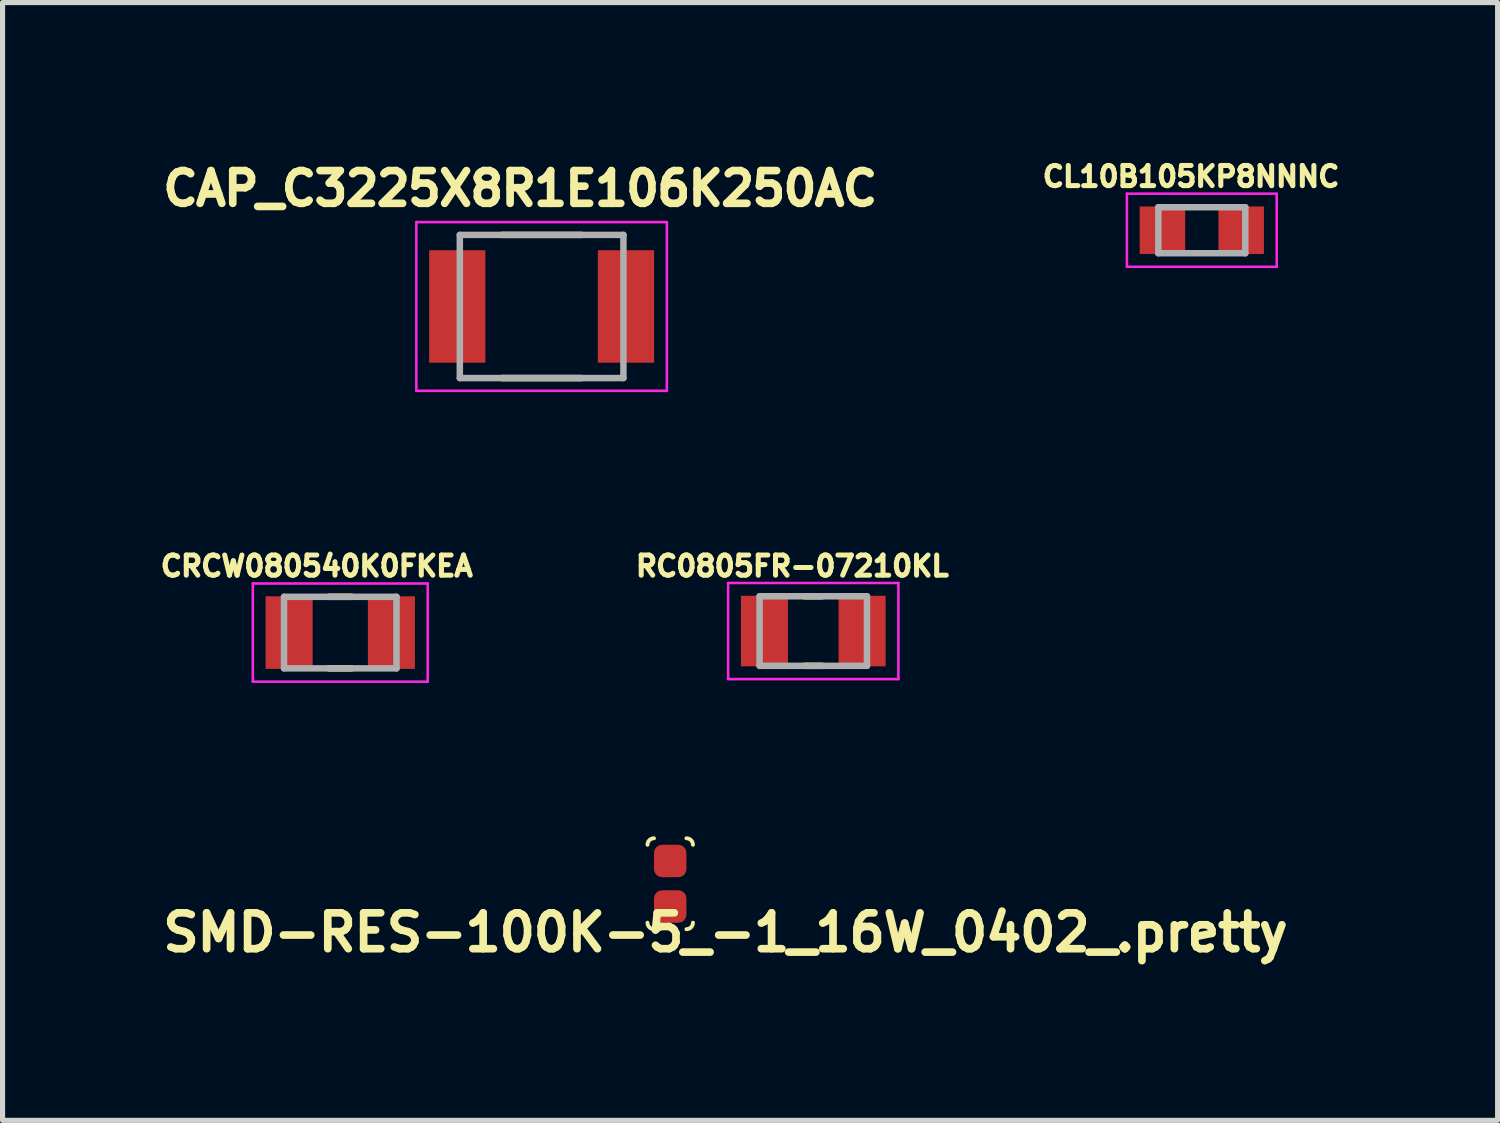
<source format=kicad_pcb>
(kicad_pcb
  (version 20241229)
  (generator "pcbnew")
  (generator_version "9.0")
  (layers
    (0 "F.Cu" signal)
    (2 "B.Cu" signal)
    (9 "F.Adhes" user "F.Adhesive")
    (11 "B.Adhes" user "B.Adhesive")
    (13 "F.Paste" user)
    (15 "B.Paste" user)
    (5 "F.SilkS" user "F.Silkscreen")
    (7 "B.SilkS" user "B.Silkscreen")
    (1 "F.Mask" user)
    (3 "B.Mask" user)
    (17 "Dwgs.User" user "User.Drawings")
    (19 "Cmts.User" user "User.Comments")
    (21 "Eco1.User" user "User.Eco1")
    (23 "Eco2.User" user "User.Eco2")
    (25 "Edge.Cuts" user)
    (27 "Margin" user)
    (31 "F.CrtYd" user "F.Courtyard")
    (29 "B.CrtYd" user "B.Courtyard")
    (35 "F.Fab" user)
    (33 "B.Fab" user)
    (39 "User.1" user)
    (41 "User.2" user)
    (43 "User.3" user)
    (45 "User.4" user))
  (footprint "CAP_C3225X8R1E106K250AC"
    (layer "F.Cu")
    (at 7.543 2.944)
    (property "Reference" "CAP_C3225X8R1E106K250AC" (at -0.418 -2.306 0) (layer "F.SilkS") (effects (font (size 0.64 0.64) (thickness 0.15))))
    (attr smd)
    (fp_line (start -0.78 -1.4) (end 0.78 -1.4) (stroke (width 0.127) (type solid)) (layer "F.SilkS"))
    (fp_line (start -0.78 1.4) (end 0.78 1.4) (stroke (width 0.127) (type solid)) (layer "F.SilkS"))
    (fp_line (start -2.45 -1.65) (end -2.45 1.65) (stroke (width 0.05) (type solid)) (layer "F.CrtYd"))
    (fp_line (start -2.45 1.65) (end 2.45 1.65) (stroke (width 0.05) (type solid)) (layer "F.CrtYd"))
    (fp_line (start 2.45 -1.65) (end -2.45 -1.65) (stroke (width 0.05) (type solid)) (layer "F.CrtYd"))
    (fp_line (start 2.45 1.65) (end 2.45 -1.65) (stroke (width 0.05) (type solid)) (layer "F.CrtYd"))
    (fp_line (start -1.6 -1.4) (end -1.6 1.4) (stroke (width 0.127) (type solid)) (layer "F.Fab"))
    (fp_line (start -1.6 -1.4) (end 1.6 -1.4) (stroke (width 0.127) (type solid)) (layer "F.Fab"))
    (fp_line (start -1.6 1.4) (end 1.6 1.4) (stroke (width 0.127) (type solid)) (layer "F.Fab"))
    (fp_line (start 1.6 -1.4) (end 1.6 1.4) (stroke (width 0.127) (type solid)) (layer "F.Fab"))
    (pad "1" smd rect (at -1.65 0) (size 1.1 2.2) (layers "F.Cu" "F.Mask" "F.Paste"))
    (pad "2" smd rect (at 1.65 0) (size 1.1 2.2) (layers "F.Cu" "F.Mask" "F.Paste")))
  (footprint "SMD-RES-100K-5_-1_16W_0402_.pretty"
    (layer "F.Cu")
    (at 10.058 14.234)
    (property "Reference" "SMD-RES-100K-5_-1_16W_0402_.pretty" (at 1.081 0.954 180) (layer "F.SilkS") (effects (font (size 0.701 0.701) (thickness 0.15))))
    (attr smd)
    (fp_arc (start -0.4445 -0.762) (mid -0.407303 -0.851803) (end -0.3175 -0.889) (stroke (width 0.0762) (type solid)) (layer "F.SilkS"))
    (fp_arc (start -0.3175 0.889) (mid -0.407303 0.851803) (end -0.4445 0.762) (stroke (width 0.0762) (type solid)) (layer "F.SilkS"))
    (fp_arc (start 0.3175 -0.889) (mid 0.407303 -0.851803) (end 0.4445 -0.762) (stroke (width 0.0762) (type solid)) (layer "F.SilkS"))
    (fp_arc (start 0.4445 0.762) (mid 0.407303 0.851803) (end 0.3175 0.889) (stroke (width 0.0762) (type solid)) (layer "F.SilkS"))
    (pad "1" smd roundrect (at 0 -0.445) (size 0.635 0.635) (layers "F.Cu" "F.Mask" "F.Paste") (roundrect_rratio 0.25))
    (pad "2" smd roundrect (at 0 0.445) (size 0.635 0.635) (layers "F.Cu" "F.Mask" "F.Paste") (roundrect_rratio 0.25)))
  (footprint "RC0805FR-07210KL"
    (layer "F.Cu")
    (at 12.856 9.292)
    (property "Reference" "RC0805FR-07210KL" (at -0.41 -1.27 0) (layer "F.SilkS") (effects (font (size 0.394 0.394) (thickness 0.15))))
    (attr smd)
    (fp_line (start -0.17 -0.68) (end 0.17 -0.68) (stroke (width 0.127) (type solid)) (layer "F.SilkS"))
    (fp_line (start -0.17 0.68) (end 0.17 0.68) (stroke (width 0.127) (type solid)) (layer "F.SilkS"))
    (fp_line (start -1.665 -0.94) (end 1.665 -0.94) (stroke (width 0.05) (type solid)) (layer "F.CrtYd"))
    (fp_line (start -1.665 0.94) (end -1.665 -0.94) (stroke (width 0.05) (type solid)) (layer "F.CrtYd"))
    (fp_line (start -1.665 0.94) (end 1.665 0.94) (stroke (width 0.05) (type solid)) (layer "F.CrtYd"))
    (fp_line (start 1.665 0.94) (end 1.665 -0.94) (stroke (width 0.05) (type solid)) (layer "F.CrtYd"))
    (fp_line (start -1.05 0.68) (end -1.05 -0.68) (stroke (width 0.127) (type solid)) (layer "F.Fab"))
    (fp_line (start 1.05 -0.68) (end -1.05 -0.68) (stroke (width 0.127) (type solid)) (layer "F.Fab"))
    (fp_line (start 1.05 0.68) (end -1.05 0.68) (stroke (width 0.127) (type solid)) (layer "F.Fab"))
    (fp_line (start 1.05 0.68) (end 1.05 -0.68) (stroke (width 0.127) (type solid)) (layer "F.Fab"))
    (pad "1" smd rect (at -0.955 0) (size 0.92 1.38) (layers "F.Cu" "F.Mask" "F.Paste"))
    (pad "2" smd rect (at 0.955 0) (size 0.92 1.38) (layers "F.Cu" "F.Mask" "F.Paste")))
  (footprint "CL10B105KP8NNNC"
    (layer "F.Cu")
    (at 20.455 1.453)
    (property "Reference" "CL10B105KP8NNNC" (at -0.21 -1.05 0) (layer "F.SilkS") (effects (font (size 0.394 0.394) (thickness 0.15))))
    (attr smd)
    (fp_line (start -1.465 -0.715) (end 1.465 -0.715) (stroke (width 0.05) (type solid)) (layer "F.CrtYd"))
    (fp_line (start -1.465 0.715) (end -1.465 -0.715) (stroke (width 0.05) (type solid)) (layer "F.CrtYd"))
    (fp_line (start -1.465 0.715) (end 1.465 0.715) (stroke (width 0.05) (type solid)) (layer "F.CrtYd"))
    (fp_line (start 1.465 0.715) (end 1.465 -0.715) (stroke (width 0.05) (type solid)) (layer "F.CrtYd"))
    (fp_line (start -0.85 0.45) (end -0.85 -0.45) (stroke (width 0.127) (type solid)) (layer "F.Fab"))
    (fp_line (start 0.85 -0.45) (end -0.85 -0.45) (stroke (width 0.127) (type solid)) (layer "F.Fab"))
    (fp_line (start 0.85 0.45) (end -0.85 0.45) (stroke (width 0.127) (type solid)) (layer "F.Fab"))
    (fp_line (start 0.85 0.45) (end 0.85 -0.45) (stroke (width 0.127) (type solid)) (layer "F.Fab"))
    (pad "1" smd rect (at -0.77 0) (size 0.89 0.93) (layers "F.Cu" "F.Mask" "F.Paste"))
    (pad "2" smd rect (at 0.77 0) (size 0.89 0.93) (layers "F.Cu" "F.Mask" "F.Paste")))
  (footprint "CRCW080540K0FKEA"
    (layer "F.Cu")
    (at 3.605 9.322)
    (property "Reference" "CRCW080540K0FKEA" (at -0.46 -1.3 0) (layer "F.SilkS") (effects (font (size 0.394 0.394) (thickness 0.15))))
    (attr smd)
    (fp_line (start -0.22 -0.7) (end 0.22 -0.7) (stroke (width 0.127) (type solid)) (layer "F.SilkS"))
    (fp_line (start -0.22 0.7) (end 0.22 0.7) (stroke (width 0.127) (type solid)) (layer "F.SilkS"))
    (fp_line (start -1.71 -0.96) (end 1.71 -0.96) (stroke (width 0.05) (type solid)) (layer "F.CrtYd"))
    (fp_line (start -1.71 0.96) (end -1.71 -0.96) (stroke (width 0.05) (type solid)) (layer "F.CrtYd"))
    (fp_line (start -1.71 0.96) (end 1.71 0.96) (stroke (width 0.05) (type solid)) (layer "F.CrtYd"))
    (fp_line (start 1.71 0.96) (end 1.71 -0.96) (stroke (width 0.05) (type solid)) (layer "F.CrtYd"))
    (fp_line (start -1.1 0.7) (end -1.1 -0.7) (stroke (width 0.127) (type solid)) (layer "F.Fab"))
    (fp_line (start 1.1 -0.7) (end -1.1 -0.7) (stroke (width 0.127) (type solid)) (layer "F.Fab"))
    (fp_line (start 1.1 0.7) (end -1.1 0.7) (stroke (width 0.127) (type solid)) (layer "F.Fab"))
    (fp_line (start 1.1 0.7) (end 1.1 -0.7) (stroke (width 0.127) (type solid)) (layer "F.Fab"))
    (pad "1" smd rect (at -1 0) (size 0.92 1.42) (layers "F.Cu" "F.Mask" "F.Paste"))
    (pad "2" smd rect (at 1 0) (size 0.92 1.42) (layers "F.Cu" "F.Mask" "F.Paste")))
  (gr_rect
    (start -3 -3)
    (end 26.24 18.862)
    (stroke (width 0.1) (type default))
    (fill no)
    (layer "Edge.Cuts")))
</source>
